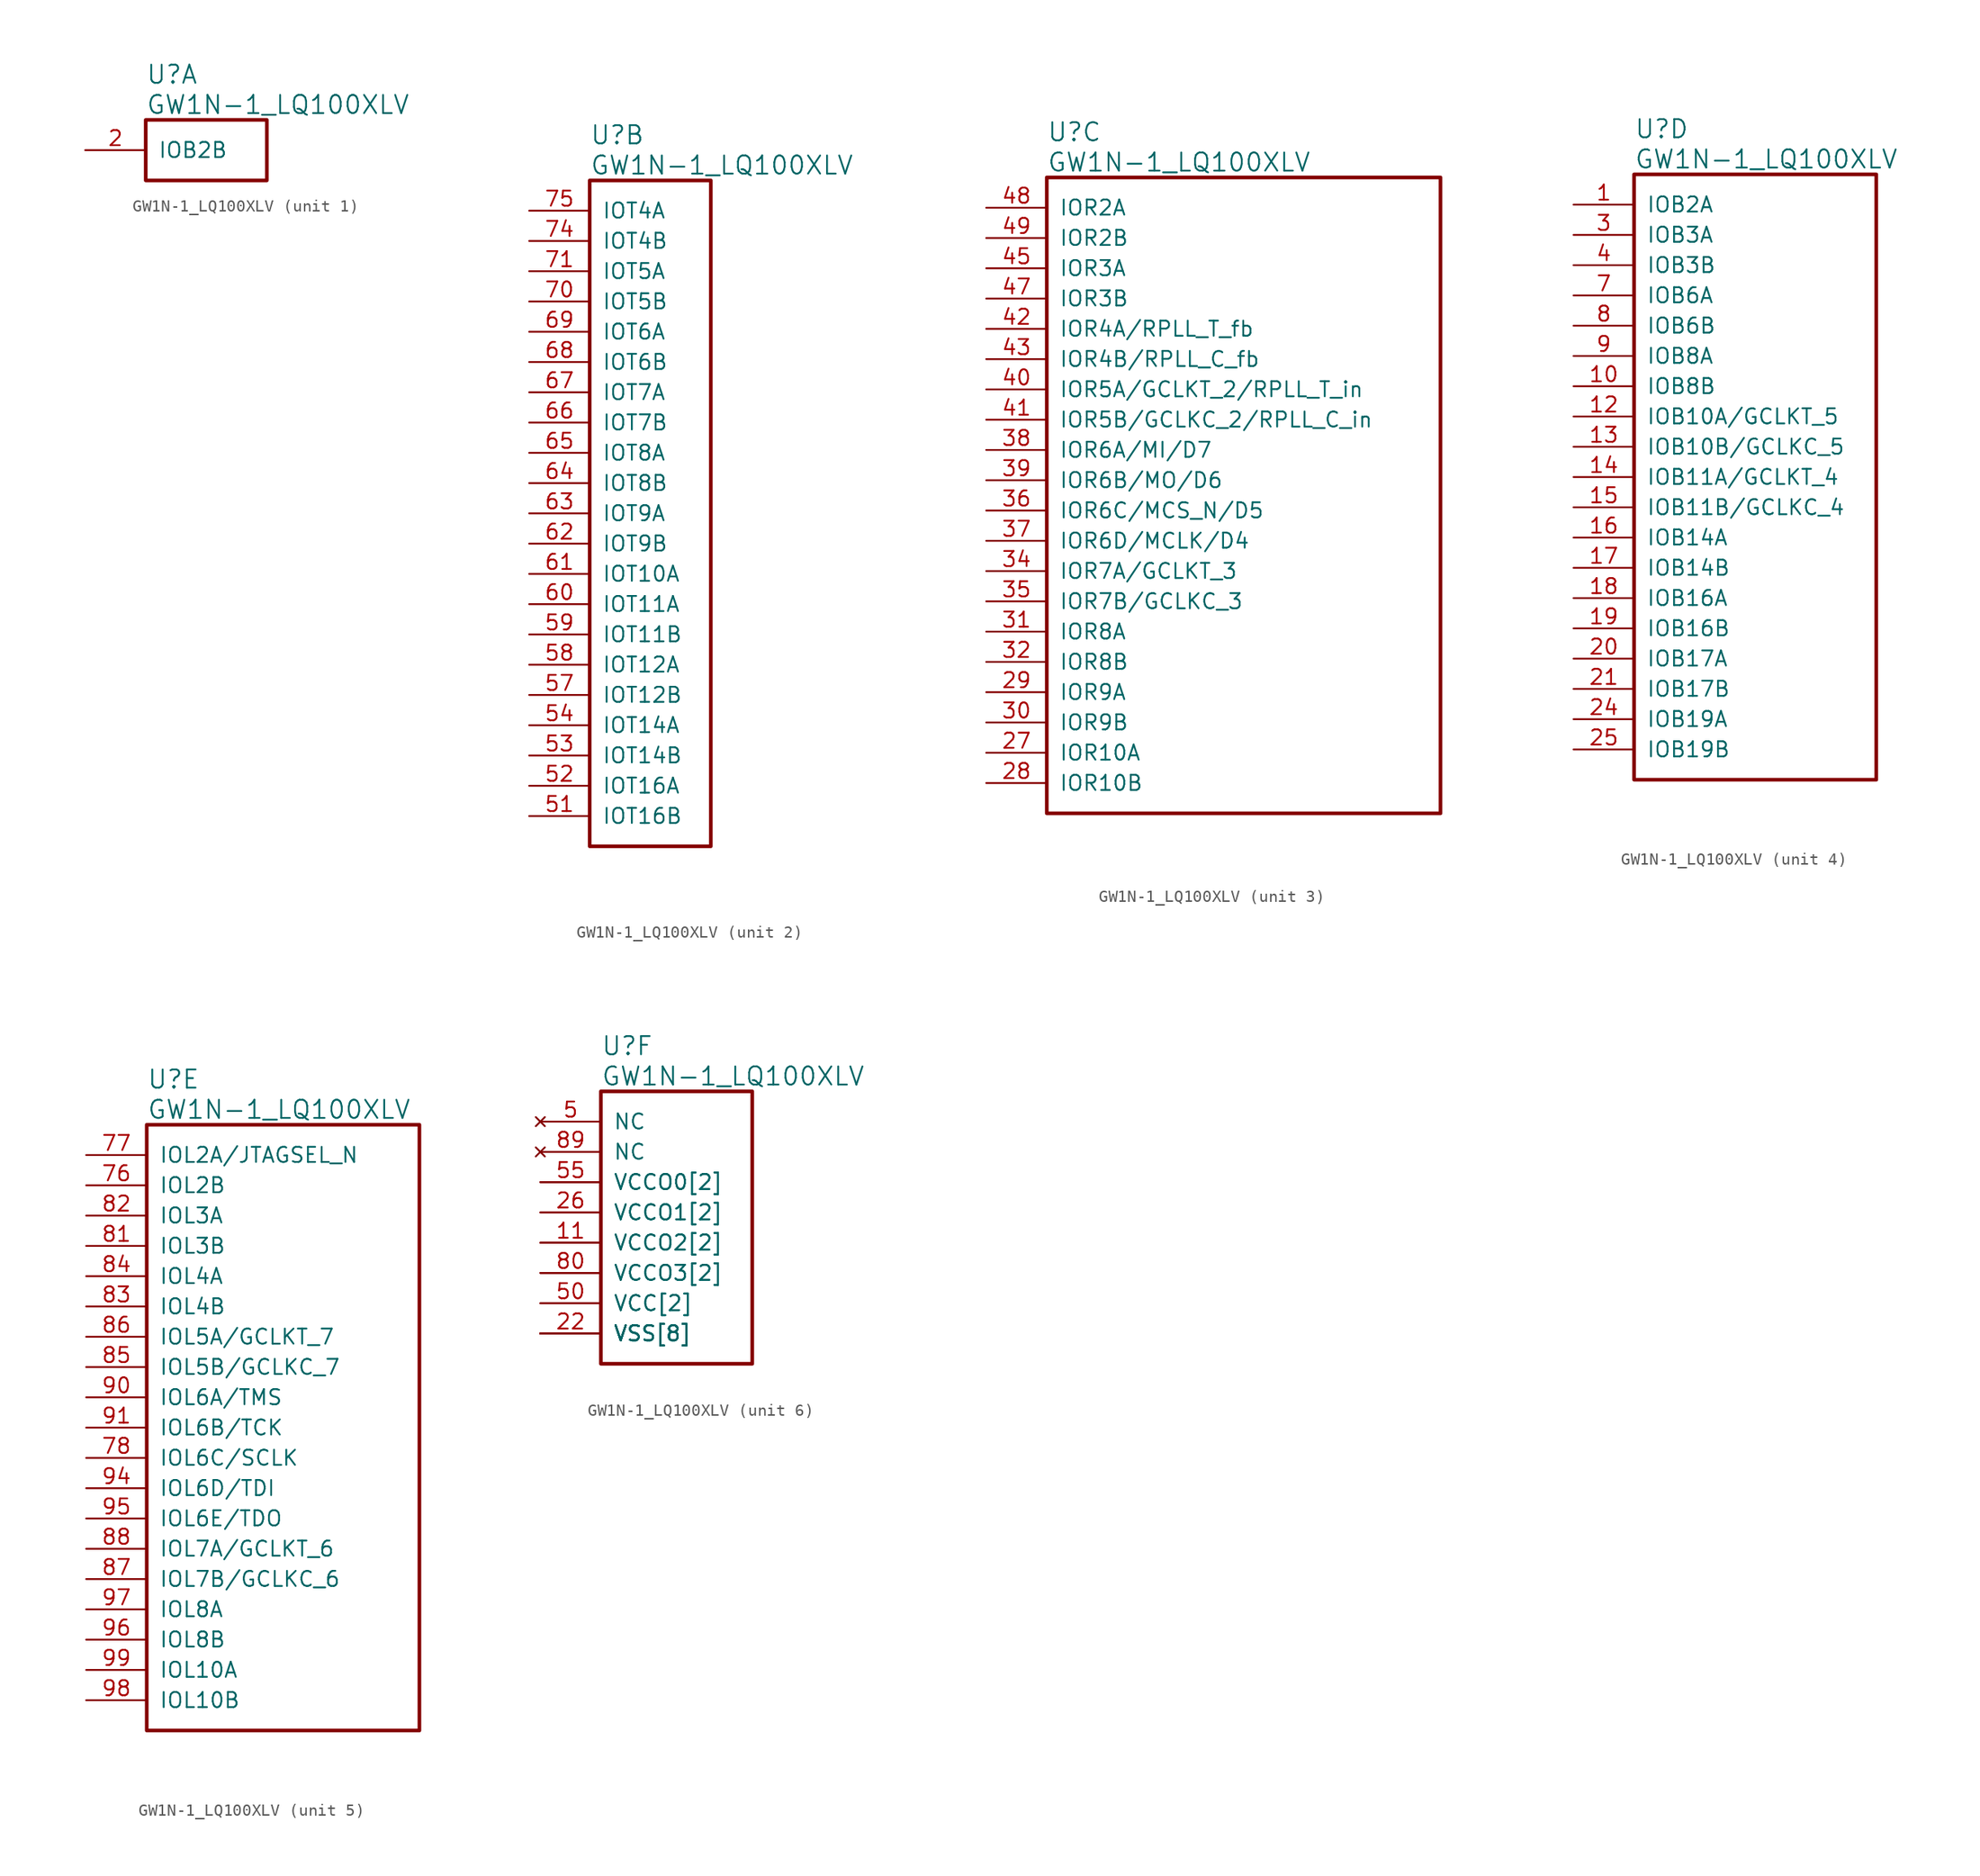
<source format=kicad_sym>
(kicad_symbol_lib
  (version 20211014)
  (generator kicad_symbol_editor)
  (symbol "GW1N-1_LQ100XLV"
    (pin_names
      (offset 1.016))
    (property "Reference" "U"
      (at 5.08 6.35 0)
      (effects (font (size 1.524 1.524)) (justify left)))
    (property "Value" "GW1N-1_LQ100XLV"
      (at 5.08 3.81 0)
      (effects (font (size 1.524 1.524)) (justify left)))
    (property "ki_locked" ""
      (at 0 0 0)
      (effects (font (size 1.27 1.27))))
    (symbol "GW1N-1_LQ100XLV_1_1"
      (rectangle (start 5.08 2.54) (end 15.24 -2.54) (stroke (width 0.305) (type default) (color 0 0 0 0)) (fill (type none)))
      (pin bidirectional line (at 0 0 0) (length 5.08) (name "IOB2B" (effects (font (size 1.27 1.27)))) (number "2" (effects (font (size 1.27 1.27))))))
    (symbol "GW1N-1_LQ100XLV_2_1"
      (rectangle (start 5.08 2.54) (end 15.24 -53.34) (stroke (width 0.305) (type default) (color 0 0 0 0)) (fill (type none)))
      (pin bidirectional line (at 0 -50.8 0) (length 5.08) (name "IOT16B" (effects (font (size 1.27 1.27)))) (number "51" (effects (font (size 1.27 1.27)))))
      (pin bidirectional line (at 0 -48.26 0) (length 5.08) (name "IOT16A" (effects (font (size 1.27 1.27)))) (number "52" (effects (font (size 1.27 1.27)))))
      (pin bidirectional line (at 0 -45.72 0) (length 5.08) (name "IOT14B" (effects (font (size 1.27 1.27)))) (number "53" (effects (font (size 1.27 1.27)))))
      (pin bidirectional line (at 0 -43.18 0) (length 5.08) (name "IOT14A" (effects (font (size 1.27 1.27)))) (number "54" (effects (font (size 1.27 1.27)))))
      (pin bidirectional line (at 0 -40.64 0) (length 5.08) (name "IOT12B" (effects (font (size 1.27 1.27)))) (number "57" (effects (font (size 1.27 1.27)))))
      (pin bidirectional line (at 0 -38.1 0) (length 5.08) (name "IOT12A" (effects (font (size 1.27 1.27)))) (number "58" (effects (font (size 1.27 1.27)))))
      (pin bidirectional line (at 0 -35.56 0) (length 5.08) (name "IOT11B" (effects (font (size 1.27 1.27)))) (number "59" (effects (font (size 1.27 1.27)))))
      (pin bidirectional line (at 0 -33.02 0) (length 5.08) (name "IOT11A" (effects (font (size 1.27 1.27)))) (number "60" (effects (font (size 1.27 1.27)))))
      (pin bidirectional line (at 0 -30.48 0) (length 5.08) (name "IOT10A" (effects (font (size 1.27 1.27)))) (number "61" (effects (font (size 1.27 1.27)))))
      (pin bidirectional line (at 0 -27.94 0) (length 5.08) (name "IOT9B" (effects (font (size 1.27 1.27)))) (number "62" (effects (font (size 1.27 1.27)))))
      (pin bidirectional line (at 0 -25.4 0) (length 5.08) (name "IOT9A" (effects (font (size 1.27 1.27)))) (number "63" (effects (font (size 1.27 1.27)))))
      (pin bidirectional line (at 0 -22.86 0) (length 5.08) (name "IOT8B" (effects (font (size 1.27 1.27)))) (number "64" (effects (font (size 1.27 1.27)))))
      (pin bidirectional line (at 0 -20.32 0) (length 5.08) (name "IOT8A" (effects (font (size 1.27 1.27)))) (number "65" (effects (font (size 1.27 1.27)))))
      (pin bidirectional line (at 0 -17.78 0) (length 5.08) (name "IOT7B" (effects (font (size 1.27 1.27)))) (number "66" (effects (font (size 1.27 1.27)))))
      (pin bidirectional line (at 0 -15.24 0) (length 5.08) (name "IOT7A" (effects (font (size 1.27 1.27)))) (number "67" (effects (font (size 1.27 1.27)))))
      (pin bidirectional line (at 0 -12.7 0) (length 5.08) (name "IOT6B" (effects (font (size 1.27 1.27)))) (number "68" (effects (font (size 1.27 1.27)))))
      (pin bidirectional line (at 0 -10.16 0) (length 5.08) (name "IOT6A" (effects (font (size 1.27 1.27)))) (number "69" (effects (font (size 1.27 1.27)))))
      (pin bidirectional line (at 0 -7.62 0) (length 5.08) (name "IOT5B" (effects (font (size 1.27 1.27)))) (number "70" (effects (font (size 1.27 1.27)))))
      (pin bidirectional line (at 0 -5.08 0) (length 5.08) (name "IOT5A" (effects (font (size 1.27 1.27)))) (number "71" (effects (font (size 1.27 1.27)))))
      (pin bidirectional line (at 0 -2.54 0) (length 5.08) (name "IOT4B" (effects (font (size 1.27 1.27)))) (number "74" (effects (font (size 1.27 1.27)))))
      (pin bidirectional line (at 0 0 0) (length 5.08) (name "IOT4A" (effects (font (size 1.27 1.27)))) (number "75" (effects (font (size 1.27 1.27))))))
    (symbol "GW1N-1_LQ100XLV_3_1"
      (rectangle (start 5.08 2.54) (end 38.1 -50.8) (stroke (width 0.305) (type default) (color 0 0 0 0)) (fill (type none)))
      (pin bidirectional line (at 0 -45.72 0) (length 5.08) (name "IOR10A" (effects (font (size 1.27 1.27)))) (number "27" (effects (font (size 1.27 1.27)))))
      (pin bidirectional line (at 0 -48.26 0) (length 5.08) (name "IOR10B" (effects (font (size 1.27 1.27)))) (number "28" (effects (font (size 1.27 1.27)))))
      (pin bidirectional line (at 0 -40.64 0) (length 5.08) (name "IOR9A" (effects (font (size 1.27 1.27)))) (number "29" (effects (font (size 1.27 1.27)))))
      (pin bidirectional line (at 0 -43.18 0) (length 5.08) (name "IOR9B" (effects (font (size 1.27 1.27)))) (number "30" (effects (font (size 1.27 1.27)))))
      (pin bidirectional line (at 0 -35.56 0) (length 5.08) (name "IOR8A" (effects (font (size 1.27 1.27)))) (number "31" (effects (font (size 1.27 1.27)))))
      (pin bidirectional line (at 0 -38.1 0) (length 5.08) (name "IOR8B" (effects (font (size 1.27 1.27)))) (number "32" (effects (font (size 1.27 1.27)))))
      (pin bidirectional line (at 0 -30.48 0) (length 5.08) (name "IOR7A/GCLKT_3" (effects (font (size 1.27 1.27)))) (number "34" (effects (font (size 1.27 1.27)))))
      (pin bidirectional line (at 0 -33.02 0) (length 5.08) (name "IOR7B/GCLKC_3" (effects (font (size 1.27 1.27)))) (number "35" (effects (font (size 1.27 1.27)))))
      (pin bidirectional line (at 0 -25.4 0) (length 5.08) (name "IOR6C/MCS_N/D5" (effects (font (size 1.27 1.27)))) (number "36" (effects (font (size 1.27 1.27)))))
      (pin bidirectional line (at 0 -27.94 0) (length 5.08) (name "IOR6D/MCLK/D4" (effects (font (size 1.27 1.27)))) (number "37" (effects (font (size 1.27 1.27)))))
      (pin bidirectional line (at 0 -20.32 0) (length 5.08) (name "IOR6A/MI/D7" (effects (font (size 1.27 1.27)))) (number "38" (effects (font (size 1.27 1.27)))))
      (pin bidirectional line (at 0 -22.86 0) (length 5.08) (name "IOR6B/MO/D6" (effects (font (size 1.27 1.27)))) (number "39" (effects (font (size 1.27 1.27)))))
      (pin bidirectional line (at 0 -15.24 0) (length 5.08) (name "IOR5A/GCLKT_2/RPLL_T_in" (effects (font (size 1.27 1.27)))) (number "40" (effects (font (size 1.27 1.27)))))
      (pin bidirectional line (at 0 -17.78 0) (length 5.08) (name "IOR5B/GCLKC_2/RPLL_C_in" (effects (font (size 1.27 1.27)))) (number "41" (effects (font (size 1.27 1.27)))))
      (pin bidirectional line (at 0 -10.16 0) (length 5.08) (name "IOR4A/RPLL_T_fb" (effects (font (size 1.27 1.27)))) (number "42" (effects (font (size 1.27 1.27)))))
      (pin bidirectional line (at 0 -12.7 0) (length 5.08) (name "IOR4B/RPLL_C_fb" (effects (font (size 1.27 1.27)))) (number "43" (effects (font (size 1.27 1.27)))))
      (pin bidirectional line (at 0 -5.08 0) (length 5.08) (name "IOR3A" (effects (font (size 1.27 1.27)))) (number "45" (effects (font (size 1.27 1.27)))))
      (pin bidirectional line (at 0 -7.62 0) (length 5.08) (name "IOR3B" (effects (font (size 1.27 1.27)))) (number "47" (effects (font (size 1.27 1.27)))))
      (pin bidirectional line (at 0 0 0) (length 5.08) (name "IOR2A" (effects (font (size 1.27 1.27)))) (number "48" (effects (font (size 1.27 1.27)))))
      (pin bidirectional line (at 0 -2.54 0) (length 5.08) (name "IOR2B" (effects (font (size 1.27 1.27)))) (number "49" (effects (font (size 1.27 1.27))))))
    (symbol "GW1N-1_LQ100XLV_4_1"
      (rectangle (start 5.08 2.54) (end 25.4 -48.26) (stroke (width 0.305) (type default) (color 0 0 0 0)) (fill (type none)))
      (pin bidirectional line (at 0 0 0) (length 5.08) (name "IOB2A" (effects (font (size 1.27 1.27)))) (number "1" (effects (font (size 1.27 1.27)))))
      (pin bidirectional line (at 0 -15.24 0) (length 5.08) (name "IOB8B" (effects (font (size 1.27 1.27)))) (number "10" (effects (font (size 1.27 1.27)))))
      (pin bidirectional line (at 0 -17.78 0) (length 5.08) (name "IOB10A/GCLKT_5" (effects (font (size 1.27 1.27)))) (number "12" (effects (font (size 1.27 1.27)))))
      (pin bidirectional line (at 0 -20.32 0) (length 5.08) (name "IOB10B/GCLKC_5" (effects (font (size 1.27 1.27)))) (number "13" (effects (font (size 1.27 1.27)))))
      (pin bidirectional line (at 0 -22.86 0) (length 5.08) (name "IOB11A/GCLKT_4" (effects (font (size 1.27 1.27)))) (number "14" (effects (font (size 1.27 1.27)))))
      (pin bidirectional line (at 0 -25.4 0) (length 5.08) (name "IOB11B/GCLKC_4" (effects (font (size 1.27 1.27)))) (number "15" (effects (font (size 1.27 1.27)))))
      (pin bidirectional line (at 0 -27.94 0) (length 5.08) (name "IOB14A" (effects (font (size 1.27 1.27)))) (number "16" (effects (font (size 1.27 1.27)))))
      (pin bidirectional line (at 0 -30.48 0) (length 5.08) (name "IOB14B" (effects (font (size 1.27 1.27)))) (number "17" (effects (font (size 1.27 1.27)))))
      (pin bidirectional line (at 0 -33.02 0) (length 5.08) (name "IOB16A" (effects (font (size 1.27 1.27)))) (number "18" (effects (font (size 1.27 1.27)))))
      (pin bidirectional line (at 0 -35.56 0) (length 5.08) (name "IOB16B" (effects (font (size 1.27 1.27)))) (number "19" (effects (font (size 1.27 1.27)))))
      (pin bidirectional line (at 0 -38.1 0) (length 5.08) (name "IOB17A" (effects (font (size 1.27 1.27)))) (number "20" (effects (font (size 1.27 1.27)))))
      (pin bidirectional line (at 0 -40.64 0) (length 5.08) (name "IOB17B" (effects (font (size 1.27 1.27)))) (number "21" (effects (font (size 1.27 1.27)))))
      (pin bidirectional line (at 0 -43.18 0) (length 5.08) (name "IOB19A" (effects (font (size 1.27 1.27)))) (number "24" (effects (font (size 1.27 1.27)))))
      (pin bidirectional line (at 0 -45.72 0) (length 5.08) (name "IOB19B" (effects (font (size 1.27 1.27)))) (number "25" (effects (font (size 1.27 1.27)))))
      (pin bidirectional line (at 0 -2.54 0) (length 5.08) (name "IOB3A" (effects (font (size 1.27 1.27)))) (number "3" (effects (font (size 1.27 1.27)))))
      (pin bidirectional line (at 0 -5.08 0) (length 5.08) (name "IOB3B" (effects (font (size 1.27 1.27)))) (number "4" (effects (font (size 1.27 1.27)))))
      (pin bidirectional line (at 0 -7.62 0) (length 5.08) (name "IOB6A" (effects (font (size 1.27 1.27)))) (number "7" (effects (font (size 1.27 1.27)))))
      (pin bidirectional line (at 0 -10.16 0) (length 5.08) (name "IOB6B" (effects (font (size 1.27 1.27)))) (number "8" (effects (font (size 1.27 1.27)))))
      (pin bidirectional line (at 0 -12.7 0) (length 5.08) (name "IOB8A" (effects (font (size 1.27 1.27)))) (number "9" (effects (font (size 1.27 1.27))))))
    (symbol "GW1N-1_LQ100XLV_5_1"
      (rectangle (start 5.08 2.54) (end 27.94 -48.26) (stroke (width 0.305) (type default) (color 0 0 0 0)) (fill (type none)))
      (pin bidirectional line (at 0 -2.54 0) (length 5.08) (name "IOL2B" (effects (font (size 1.27 1.27)))) (number "76" (effects (font (size 1.27 1.27)))))
      (pin bidirectional line (at 0 0 0) (length 5.08) (name "IOL2A/JTAGSEL_N" (effects (font (size 1.27 1.27)))) (number "77" (effects (font (size 1.27 1.27)))))
      (pin bidirectional line (at 0 -25.4 0) (length 5.08) (name "IOL6C/SCLK" (effects (font (size 1.27 1.27)))) (number "78" (effects (font (size 1.27 1.27)))))
      (pin bidirectional line (at 0 -7.62 0) (length 5.08) (name "IOL3B" (effects (font (size 1.27 1.27)))) (number "81" (effects (font (size 1.27 1.27)))))
      (pin bidirectional line (at 0 -5.08 0) (length 5.08) (name "IOL3A" (effects (font (size 1.27 1.27)))) (number "82" (effects (font (size 1.27 1.27)))))
      (pin bidirectional line (at 0 -12.7 0) (length 5.08) (name "IOL4B" (effects (font (size 1.27 1.27)))) (number "83" (effects (font (size 1.27 1.27)))))
      (pin bidirectional line (at 0 -10.16 0) (length 5.08) (name "IOL4A" (effects (font (size 1.27 1.27)))) (number "84" (effects (font (size 1.27 1.27)))))
      (pin bidirectional line (at 0 -17.78 0) (length 5.08) (name "IOL5B/GCLKC_7" (effects (font (size 1.27 1.27)))) (number "85" (effects (font (size 1.27 1.27)))))
      (pin bidirectional line (at 0 -15.24 0) (length 5.08) (name "IOL5A/GCLKT_7" (effects (font (size 1.27 1.27)))) (number "86" (effects (font (size 1.27 1.27)))))
      (pin bidirectional line (at 0 -35.56 0) (length 5.08) (name "IOL7B/GCLKC_6" (effects (font (size 1.27 1.27)))) (number "87" (effects (font (size 1.27 1.27)))))
      (pin bidirectional line (at 0 -33.02 0) (length 5.08) (name "IOL7A/GCLKT_6" (effects (font (size 1.27 1.27)))) (number "88" (effects (font (size 1.27 1.27)))))
      (pin bidirectional line (at 0 -20.32 0) (length 5.08) (name "IOL6A/TMS" (effects (font (size 1.27 1.27)))) (number "90" (effects (font (size 1.27 1.27)))))
      (pin bidirectional line (at 0 -22.86 0) (length 5.08) (name "IOL6B/TCK" (effects (font (size 1.27 1.27)))) (number "91" (effects (font (size 1.27 1.27)))))
      (pin bidirectional line (at 0 -27.94 0) (length 5.08) (name "IOL6D/TDI" (effects (font (size 1.27 1.27)))) (number "94" (effects (font (size 1.27 1.27)))))
      (pin bidirectional line (at 0 -30.48 0) (length 5.08) (name "IOL6E/TDO" (effects (font (size 1.27 1.27)))) (number "95" (effects (font (size 1.27 1.27)))))
      (pin bidirectional line (at 0 -40.64 0) (length 5.08) (name "IOL8B" (effects (font (size 1.27 1.27)))) (number "96" (effects (font (size 1.27 1.27)))))
      (pin bidirectional line (at 0 -38.1 0) (length 5.08) (name "IOL8A" (effects (font (size 1.27 1.27)))) (number "97" (effects (font (size 1.27 1.27)))))
      (pin bidirectional line (at 0 -45.72 0) (length 5.08) (name "IOL10B" (effects (font (size 1.27 1.27)))) (number "98" (effects (font (size 1.27 1.27)))))
      (pin bidirectional line (at 0 -43.18 0) (length 5.08) (name "IOL10A" (effects (font (size 1.27 1.27)))) (number "99" (effects (font (size 1.27 1.27))))))
    (symbol "GW1N-1_LQ100XLV_6_1"
      (rectangle (start 5.08 2.54) (end 17.78 -20.32) (stroke (width 0.305) (type default) (color 0 0 0 0)) (fill (type none)))
      (pin power_in line (at 0 -15.24 0) (length 5.08) (name "VCC[2]" (effects (font (size 1.27 1.27)))) (number "100" (effects (font (size 0 0)))))
      (pin power_in line (at 0 -10.16 0) (length 5.08) (name "VCCO2[2]" (effects (font (size 1.27 1.27)))) (number "11" (effects (font (size 1.27 1.27)))))
      (pin power_in line (at 0 -17.78 0) (length 5.08) (name "VSS[8]" (effects (font (size 1.27 1.27)))) (number "22" (effects (font (size 1.27 1.27)))))
      (pin power_in line (at 0 -10.16 0) (length 5.08) (name "VCCO2[2]" (effects (font (size 1.27 1.27)))) (number "23" (effects (font (size 0 0)))))
      (pin power_in line (at 0 -7.62 0) (length 5.08) (name "VCCO1[2]" (effects (font (size 1.27 1.27)))) (number "26" (effects (font (size 1.27 1.27)))))
      (pin power_in line (at 0 -17.78 0) (length 5.08) (name "VSS[8]" (effects (font (size 1.27 1.27)))) (number "33" (effects (font (size 0 0)))))
      (pin power_in line (at 0 -17.78 0) (length 5.08) (name "VSS[8]" (effects (font (size 1.27 1.27)))) (number "44" (effects (font (size 0 0)))))
      (pin power_in line (at 0 -7.62 0) (length 5.08) (name "VCCO1[2]" (effects (font (size 1.27 1.27)))) (number "46" (effects (font (size 0 0)))))
      (pin no_connect line (at 0 0 0) (length 5.08) (name "NC" (effects (font (size 1.27 1.27)))) (number "5" (effects (font (size 1.27 1.27)))))
      (pin power_in line (at 0 -15.24 0) (length 5.08) (name "VCC[2]" (effects (font (size 1.27 1.27)))) (number "50" (effects (font (size 1.27 1.27)))))
      (pin power_in line (at 0 -5.08 0) (length 5.08) (name "VCCO0[2]" (effects (font (size 1.27 1.27)))) (number "55" (effects (font (size 1.27 1.27)))))
      (pin power_in line (at 0 -17.78 0) (length 5.08) (name "VSS[8]" (effects (font (size 1.27 1.27)))) (number "56" (effects (font (size 0 0)))))
      (pin power_in line (at 0 -17.78 0) (length 5.08) (name "VSS[8]" (effects (font (size 1.27 1.27)))) (number "6" (effects (font (size 0 0)))))
      (pin power_in line (at 0 -17.78 0) (length 5.08) (name "VSS[8]" (effects (font (size 1.27 1.27)))) (number "72" (effects (font (size 0 0)))))
      (pin power_in line (at 0 -5.08 0) (length 5.08) (name "VCCO0[2]" (effects (font (size 1.27 1.27)))) (number "73" (effects (font (size 0 0)))))
      (pin power_in line (at 0 -17.78 0) (length 5.08) (name "VSS[8]" (effects (font (size 1.27 1.27)))) (number "79" (effects (font (size 0 0)))))
      (pin power_in line (at 0 -12.7 0) (length 5.08) (name "VCCO3[2]" (effects (font (size 1.27 1.27)))) (number "80" (effects (font (size 1.27 1.27)))))
      (pin no_connect line (at 0 -2.54 0) (length 5.08) (name "NC" (effects (font (size 1.27 1.27)))) (number "89" (effects (font (size 1.27 1.27)))))
      (pin power_in line (at 0 -17.78 0) (length 5.08) (name "VSS[8]" (effects (font (size 1.27 1.27)))) (number "92" (effects (font (size 0 0)))))
      (pin power_in line (at 0 -12.7 0) (length 5.08) (name "VCCO3[2]" (effects (font (size 1.27 1.27)))) (number "93" (effects (font (size 0 0))))))))
</source>
